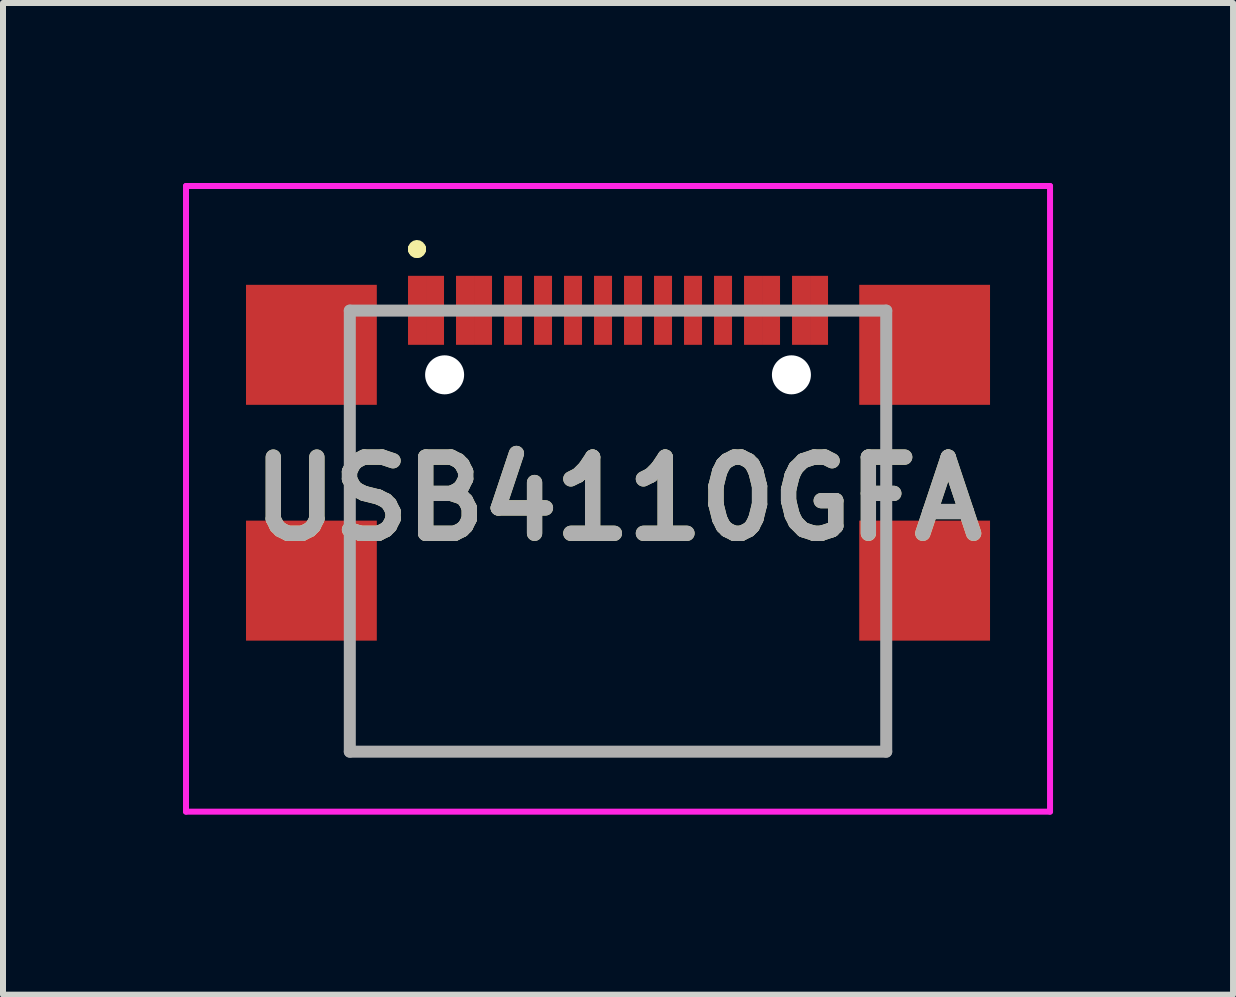
<source format=kicad_pcb>
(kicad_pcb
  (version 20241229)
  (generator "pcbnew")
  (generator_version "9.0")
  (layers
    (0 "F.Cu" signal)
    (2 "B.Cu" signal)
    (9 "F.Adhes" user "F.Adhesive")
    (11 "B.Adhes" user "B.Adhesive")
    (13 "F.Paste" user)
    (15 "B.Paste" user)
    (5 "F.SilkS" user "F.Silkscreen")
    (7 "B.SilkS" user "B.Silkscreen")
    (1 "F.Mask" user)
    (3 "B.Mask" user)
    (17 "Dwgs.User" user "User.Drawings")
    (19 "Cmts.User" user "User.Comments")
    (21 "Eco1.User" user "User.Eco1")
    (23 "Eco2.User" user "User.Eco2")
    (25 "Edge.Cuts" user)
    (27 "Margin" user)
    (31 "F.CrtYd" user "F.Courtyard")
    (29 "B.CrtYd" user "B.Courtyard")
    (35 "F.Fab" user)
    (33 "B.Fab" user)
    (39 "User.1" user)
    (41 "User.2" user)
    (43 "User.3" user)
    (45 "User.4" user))
  (footprint "USB4110GFA"
    (layer "F.Cu")
    (at 7.25 5.8)
    (property "Reference" "USB4110GFA" (at 0 -0.536 0) (layer "F.SilkS") (effects (font (size 1.27 1.27) (thickness 0.254))))
    (attr through_hole)
    (fp_line (start -4.5 -1.5) (end -4.5 -0.75) (stroke (width 0.1) (type solid)) (layer "F.SilkS"))
    (fp_line (start -4.5 -0.75) (end -4.47 -0.75) (stroke (width 0.1) (type solid)) (layer "F.SilkS"))
    (fp_line (start -4.47 -1.5) (end -4.5 -1.5) (stroke (width 0.1) (type solid)) (layer "F.SilkS"))
    (fp_line (start -4.47 -0.75) (end -4.47 -1.5) (stroke (width 0.1) (type solid)) (layer "F.SilkS"))
    (fp_line (start -4.47 2.5) (end -4.47 2.5) (stroke (width 0.1) (type solid)) (layer "F.SilkS"))
    (fp_line (start -4.47 2.5) (end -4.47 3.677) (stroke (width 0.1) (type solid)) (layer "F.SilkS"))
    (fp_line (start -4.47 3.677) (end -4.47 2.5) (stroke (width 0.1) (type solid)) (layer "F.SilkS"))
    (fp_line (start -4.47 3.677) (end -4.47 3.677) (stroke (width 0.1) (type solid)) (layer "F.SilkS"))
    (fp_line (start -4.47 3.677) (end -4.47 3.677) (stroke (width 0.1) (type solid)) (layer "F.SilkS"))
    (fp_line (start -4.47 3.677) (end 4.47 3.677) (stroke (width 0.1) (type solid)) (layer "F.SilkS"))
    (fp_line (start -3.4 -4.7) (end -3.4 -4.7) (stroke (width 0.2) (type solid)) (layer "F.SilkS"))
    (fp_line (start -3.4 -4.7) (end -3.4 -4.7) (stroke (width 0.2) (type solid)) (layer "F.SilkS"))
    (fp_line (start -3.3 -4.7) (end -3.3 -4.7) (stroke (width 0.2) (type solid)) (layer "F.SilkS"))
    (fp_line (start 4.47 -1.75) (end 4.47 -1.75) (stroke (width 0.1) (type solid)) (layer "F.SilkS"))
    (fp_line (start 4.47 -1.75) (end 4.47 -0.75) (stroke (width 0.1) (type solid)) (layer "F.SilkS"))
    (fp_line (start 4.47 -0.75) (end 4.47 -1.75) (stroke (width 0.1) (type solid)) (layer "F.SilkS"))
    (fp_line (start 4.47 -0.75) (end 4.47 -0.75) (stroke (width 0.1) (type solid)) (layer "F.SilkS"))
    (fp_line (start 4.47 2.25) (end 4.47 2.25) (stroke (width 0.1) (type solid)) (layer "F.SilkS"))
    (fp_line (start 4.47 2.25) (end 4.47 3.677) (stroke (width 0.1) (type solid)) (layer "F.SilkS"))
    (fp_line (start 4.47 3.677) (end -4.47 3.677) (stroke (width 0.1) (type solid)) (layer "F.SilkS"))
    (fp_line (start 4.47 3.677) (end 4.47 2.25) (stroke (width 0.1) (type solid)) (layer "F.SilkS"))
    (fp_line (start 4.47 3.677) (end 4.47 3.677) (stroke (width 0.1) (type solid)) (layer "F.SilkS"))
    (fp_line (start 4.47 3.677) (end 4.47 3.677) (stroke (width 0.1) (type solid)) (layer "F.SilkS"))
    (fp_arc (start -3.4 -4.7) (mid -3.35 -4.75) (end -3.3 -4.7) (stroke (width 0.2) (type solid)) (layer "F.SilkS"))
    (fp_arc (start -3.3 -4.7) (mid -3.35 -4.65) (end -3.4 -4.7) (stroke (width 0.2) (type solid)) (layer "F.SilkS"))
    (fp_arc (start -3.3 -4.7) (mid -3.35 -4.65) (end -3.4 -4.7) (stroke (width 0.2) (type solid)) (layer "F.SilkS"))
    (fp_line (start -7.2 -5.75) (end 7.2 -5.75) (stroke (width 0.1) (type solid)) (layer "F.CrtYd"))
    (fp_line (start -7.2 4.677) (end -7.2 -5.75) (stroke (width 0.1) (type solid)) (layer "F.CrtYd"))
    (fp_line (start 7.2 -5.75) (end 7.2 4.677) (stroke (width 0.1) (type solid)) (layer "F.CrtYd"))
    (fp_line (start 7.2 4.677) (end -7.2 4.677) (stroke (width 0.1) (type solid)) (layer "F.CrtYd"))
    (fp_line (start -4.47 -3.673) (end -4.47 3.677) (stroke (width 0.2) (type solid)) (layer "F.Fab"))
    (fp_line (start -4.47 3.677) (end 4.47 3.677) (stroke (width 0.2) (type solid)) (layer "F.Fab"))
    (fp_line (start 4.47 -3.673) (end -4.47 -3.673) (stroke (width 0.2) (type solid)) (layer "F.Fab"))
    (fp_line (start 4.47 3.677) (end 4.47 -3.673) (stroke (width 0.2) (type solid)) (layer "F.Fab"))
    (fp_text user "${REFERENCE}" (at 0 -0.536 0) (layer "F.Fab") (effects (font (size 1.27 1.27) (thickness 0.254))))
    (pad "" np_thru_hole circle (at -2.89 -2.603) (size 0.65 0.65) (drill 0.65) (layers "*.Cu" "*.Mask"))
    (pad "" np_thru_hole circle (at 2.89 -2.603) (size 0.65 0.65) (drill 0.65) (layers "*.Cu" "*.Mask"))
    (pad "A1" smd rect (at -3.35 -3.678) (size 0.3 1.15) (layers "F.Cu" "F.Mask" "F.Paste"))
    (pad "A4" smd rect (at -2.55 -3.678) (size 0.3 1.15) (layers "F.Cu" "F.Mask" "F.Paste"))
    (pad "A5" smd rect (at -1.25 -3.678) (size 0.3 1.15) (layers "F.Cu" "F.Mask" "F.Paste"))
    (pad "A6" smd rect (at -0.25 -3.678) (size 0.3 1.15) (layers "F.Cu" "F.Mask" "F.Paste"))
    (pad "A7" smd rect (at 0.25 -3.678) (size 0.3 1.15) (layers "F.Cu" "F.Mask" "F.Paste"))
    (pad "A8" smd rect (at 1.25 -3.678) (size 0.3 1.15) (layers "F.Cu" "F.Mask" "F.Paste"))
    (pad "A9" smd rect (at 2.55 -3.678) (size 0.3 1.15) (layers "F.Cu" "F.Mask" "F.Paste"))
    (pad "A12" smd rect (at 3.35 -3.678) (size 0.3 1.15) (layers "F.Cu" "F.Mask" "F.Paste"))
    (pad "B1" smd rect (at 3.05 -3.678) (size 0.3 1.15) (layers "F.Cu" "F.Mask" "F.Paste"))
    (pad "B4" smd rect (at 2.25 -3.678) (size 0.3 1.15) (layers "F.Cu" "F.Mask" "F.Paste"))
    (pad "B5" smd rect (at 1.75 -3.678) (size 0.3 1.15) (layers "F.Cu" "F.Mask" "F.Paste"))
    (pad "B6" smd rect (at 0.75 -3.678) (size 0.3 1.15) (layers "F.Cu" "F.Mask" "F.Paste"))
    (pad "B7" smd rect (at -0.75 -3.678) (size 0.3 1.15) (layers "F.Cu" "F.Mask" "F.Paste"))
    (pad "B8" smd rect (at -1.75 -3.678) (size 0.3 1.15) (layers "F.Cu" "F.Mask" "F.Paste"))
    (pad "B9" smd rect (at -2.25 -3.678) (size 0.3 1.15) (layers "F.Cu" "F.Mask" "F.Paste"))
    (pad "B12" smd rect (at -3.05 -3.678) (size 0.3 1.15) (layers "F.Cu" "F.Mask" "F.Paste"))
    (pad "MP1" smd rect (at -5.11 0.827 90) (size 2 2.18) (layers "F.Cu" "F.Mask" "F.Paste"))
    (pad "MP2" smd rect (at 5.11 0.827 90) (size 2 2.18) (layers "F.Cu" "F.Mask" "F.Paste"))
    (pad "MP3" smd rect (at -5.11 -3.103 90) (size 2 2.18) (layers "F.Cu" "F.Mask" "F.Paste"))
    (pad "MP4" smd rect (at 5.11 -3.103 90) (size 2 2.18) (layers "F.Cu" "F.Mask" "F.Paste")))
  (gr_rect
    (start -3 -3)
    (end 17.5 13.527)
    (stroke (width 0.1) (type default))
    (fill no)
    (layer "Edge.Cuts")))
</source>
